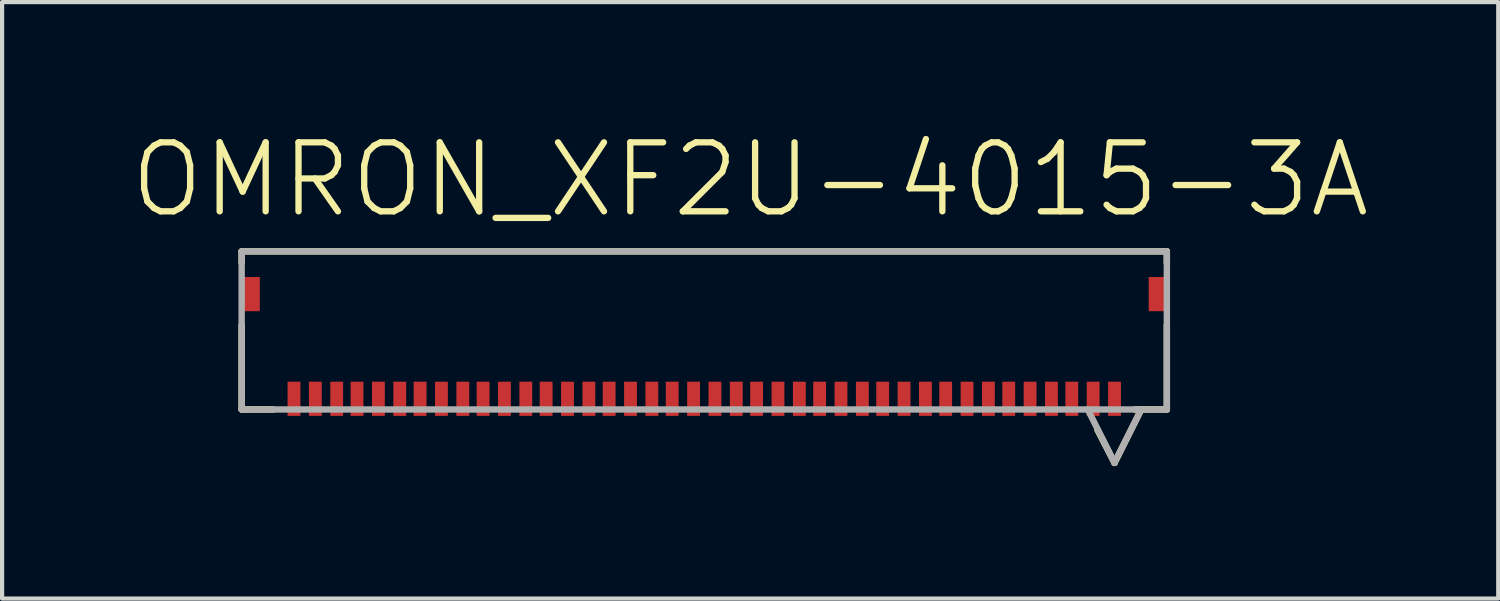
<source format=kicad_pcb>
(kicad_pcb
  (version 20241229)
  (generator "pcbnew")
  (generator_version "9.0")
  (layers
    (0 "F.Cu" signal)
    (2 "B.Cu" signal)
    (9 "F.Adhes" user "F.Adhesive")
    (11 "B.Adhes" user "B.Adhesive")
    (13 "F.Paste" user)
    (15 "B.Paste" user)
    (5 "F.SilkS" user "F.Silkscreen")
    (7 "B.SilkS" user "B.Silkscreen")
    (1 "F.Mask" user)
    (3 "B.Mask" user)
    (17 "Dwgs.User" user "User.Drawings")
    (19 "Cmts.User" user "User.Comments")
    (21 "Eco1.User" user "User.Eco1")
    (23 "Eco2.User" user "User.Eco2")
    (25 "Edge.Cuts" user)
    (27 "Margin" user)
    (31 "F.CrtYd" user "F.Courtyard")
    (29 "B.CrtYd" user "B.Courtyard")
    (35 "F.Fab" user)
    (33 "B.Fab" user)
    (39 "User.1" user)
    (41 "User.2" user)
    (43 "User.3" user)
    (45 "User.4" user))
  (footprint "OMRON_XF2U-4015-3A"
    (layer "F.Cu")
    (at 13.693 7.93)
    (property "Reference" "OMRON_XF2U-4015-3A" (at 1.092 -6.707 0) (layer "F.SilkS") (effects (font (size 1.64 1.64) (thickness 0.15))))
    (attr through_hole)
    (fp_line (start -10.998 -5.004) (end -10.998 -4.724) (stroke (width 0.152) (type solid)) (layer "F.SilkS"))
    (fp_line (start -10.998 -3.251) (end -10.998 -1.245) (stroke (width 0.152) (type solid)) (layer "F.SilkS"))
    (fp_line (start -10.998 -1.245) (end -10.236 -1.245) (stroke (width 0.152) (type solid)) (layer "F.SilkS"))
    (fp_line (start 9.347 -0.762) (end 9.754 0.025) (stroke (width 0.152) (type solid)) (layer "F.SilkS"))
    (fp_line (start 10.236 -1.245) (end 10.389 -1.245) (stroke (width 0.152) (type solid)) (layer "F.SilkS"))
    (fp_line (start 10.389 -1.245) (end 9.754 0.025) (stroke (width 0.152) (type solid)) (layer "F.SilkS"))
    (fp_line (start 10.389 -1.245) (end 10.998 -1.245) (stroke (width 0.152) (type solid)) (layer "F.SilkS"))
    (fp_line (start 10.998 -5.004) (end -10.998 -5.004) (stroke (width 0.152) (type solid)) (layer "F.SilkS"))
    (fp_line (start 10.998 -4.724) (end 10.998 -5.004) (stroke (width 0.152) (type solid)) (layer "F.SilkS"))
    (fp_line (start 10.998 -1.245) (end 10.998 -3.251) (stroke (width 0.152) (type solid)) (layer "F.SilkS"))
    (fp_line (start -10.998 -5.004) (end -10.998 -1.245) (stroke (width 0.152) (type solid)) (layer "F.Fab"))
    (fp_line (start -10.998 -1.245) (end 10.998 -1.245) (stroke (width 0.152) (type solid)) (layer "F.Fab"))
    (fp_line (start 9.119 -1.245) (end 9.754 0.025) (stroke (width 0.152) (type solid)) (layer "F.Fab"))
    (fp_line (start 10.389 -1.245) (end 9.754 0.025) (stroke (width 0.152) (type solid)) (layer "F.Fab"))
    (fp_line (start 10.998 -5.004) (end -10.998 -5.004) (stroke (width 0.152) (type solid)) (layer "F.Fab"))
    (fp_line (start 10.998 -1.245) (end 10.998 -5.004) (stroke (width 0.152) (type solid)) (layer "F.Fab"))
    (pad "1" smd rect (at 9.754 -1.499 270) (size 0.813 0.305) (layers "F.Cu" "F.Mask" "F.Paste"))
    (pad "2" smd rect (at 9.246 -1.499 270) (size 0.813 0.305) (layers "F.Cu" "F.Mask" "F.Paste"))
    (pad "3" smd rect (at 8.738 -1.499 270) (size 0.813 0.305) (layers "F.Cu" "F.Mask" "F.Paste"))
    (pad "4" smd rect (at 8.255 -1.499 270) (size 0.813 0.305) (layers "F.Cu" "F.Mask" "F.Paste"))
    (pad "5" smd rect (at 7.747 -1.499 270) (size 0.813 0.305) (layers "F.Cu" "F.Mask" "F.Paste"))
    (pad "6" smd rect (at 7.239 -1.499 270) (size 0.813 0.305) (layers "F.Cu" "F.Mask" "F.Paste"))
    (pad "7" smd rect (at 6.756 -1.499 270) (size 0.813 0.305) (layers "F.Cu" "F.Mask" "F.Paste"))
    (pad "8" smd rect (at 6.248 -1.499 270) (size 0.813 0.305) (layers "F.Cu" "F.Mask" "F.Paste"))
    (pad "9" smd rect (at 5.74 -1.499 270) (size 0.813 0.305) (layers "F.Cu" "F.Mask" "F.Paste"))
    (pad "10" smd rect (at 5.258 -1.499 270) (size 0.813 0.305) (layers "F.Cu" "F.Mask" "F.Paste"))
    (pad "11" smd rect (at 4.75 -1.499 270) (size 0.813 0.305) (layers "F.Cu" "F.Mask" "F.Paste"))
    (pad "12" smd rect (at 4.242 -1.499 270) (size 0.813 0.305) (layers "F.Cu" "F.Mask" "F.Paste"))
    (pad "13" smd rect (at 3.759 -1.499 270) (size 0.813 0.305) (layers "F.Cu" "F.Mask" "F.Paste"))
    (pad "14" smd rect (at 3.251 -1.499 270) (size 0.813 0.305) (layers "F.Cu" "F.Mask" "F.Paste"))
    (pad "15" smd rect (at 2.743 -1.499 270) (size 0.813 0.305) (layers "F.Cu" "F.Mask" "F.Paste"))
    (pad "16" smd rect (at 2.261 -1.499 270) (size 0.813 0.305) (layers "F.Cu" "F.Mask" "F.Paste"))
    (pad "17" smd rect (at 1.753 -1.499 270) (size 0.813 0.305) (layers "F.Cu" "F.Mask" "F.Paste"))
    (pad "18" smd rect (at 1.245 -1.499 270) (size 0.813 0.305) (layers "F.Cu" "F.Mask" "F.Paste"))
    (pad "19" smd rect (at 0.762 -1.499 270) (size 0.813 0.305) (layers "F.Cu" "F.Mask" "F.Paste"))
    (pad "20" smd rect (at 0.254 -1.499 270) (size 0.813 0.305) (layers "F.Cu" "F.Mask" "F.Paste"))
    (pad "21" smd rect (at -0.254 -1.499 270) (size 0.813 0.305) (layers "F.Cu" "F.Mask" "F.Paste"))
    (pad "22" smd rect (at -0.762 -1.499 270) (size 0.813 0.305) (layers "F.Cu" "F.Mask" "F.Paste"))
    (pad "23" smd rect (at -1.245 -1.499 270) (size 0.813 0.305) (layers "F.Cu" "F.Mask" "F.Paste"))
    (pad "24" smd rect (at -1.753 -1.499 270) (size 0.813 0.305) (layers "F.Cu" "F.Mask" "F.Paste"))
    (pad "25" smd rect (at -2.261 -1.499 270) (size 0.813 0.305) (layers "F.Cu" "F.Mask" "F.Paste"))
    (pad "26" smd rect (at -2.743 -1.499 270) (size 0.813 0.305) (layers "F.Cu" "F.Mask" "F.Paste"))
    (pad "27" smd rect (at -3.251 -1.499 270) (size 0.813 0.305) (layers "F.Cu" "F.Mask" "F.Paste"))
    (pad "28" smd rect (at -3.759 -1.499 270) (size 0.813 0.305) (layers "F.Cu" "F.Mask" "F.Paste"))
    (pad "29" smd rect (at -4.242 -1.499 270) (size 0.813 0.305) (layers "F.Cu" "F.Mask" "F.Paste"))
    (pad "30" smd rect (at -4.75 -1.499 270) (size 0.813 0.305) (layers "F.Cu" "F.Mask" "F.Paste"))
    (pad "31" smd rect (at -5.258 -1.499 270) (size 0.813 0.305) (layers "F.Cu" "F.Mask" "F.Paste"))
    (pad "32" smd rect (at -5.74 -1.499 270) (size 0.813 0.305) (layers "F.Cu" "F.Mask" "F.Paste"))
    (pad "33" smd rect (at -6.248 -1.499 270) (size 0.813 0.305) (layers "F.Cu" "F.Mask" "F.Paste"))
    (pad "34" smd rect (at -6.756 -1.499 270) (size 0.813 0.305) (layers "F.Cu" "F.Mask" "F.Paste"))
    (pad "35" smd rect (at -7.239 -1.499 270) (size 0.813 0.305) (layers "F.Cu" "F.Mask" "F.Paste"))
    (pad "36" smd rect (at -7.747 -1.499 270) (size 0.813 0.305) (layers "F.Cu" "F.Mask" "F.Paste"))
    (pad "37" smd rect (at -8.255 -1.499 270) (size 0.813 0.305) (layers "F.Cu" "F.Mask" "F.Paste"))
    (pad "38" smd rect (at -8.738 -1.499 270) (size 0.813 0.305) (layers "F.Cu" "F.Mask" "F.Paste"))
    (pad "39" smd rect (at -9.246 -1.499 270) (size 0.813 0.305) (layers "F.Cu" "F.Mask" "F.Paste"))
    (pad "40" smd rect (at -9.754 -1.499 270) (size 0.813 0.305) (layers "F.Cu" "F.Mask" "F.Paste"))
    (pad "41" smd rect (at -10.77 -3.988) (size 0.406 0.813) (layers "F.Cu" "F.Mask" "F.Paste"))
    (pad "42" smd rect (at 10.77 -3.988) (size 0.406 0.813) (layers "F.Cu" "F.Mask" "F.Paste")))
  (gr_rect
    (start -3 -3)
    (end 32.57 11.18)
    (stroke (width 0.1) (type default))
    (fill no)
    (layer "Edge.Cuts")))
</source>
